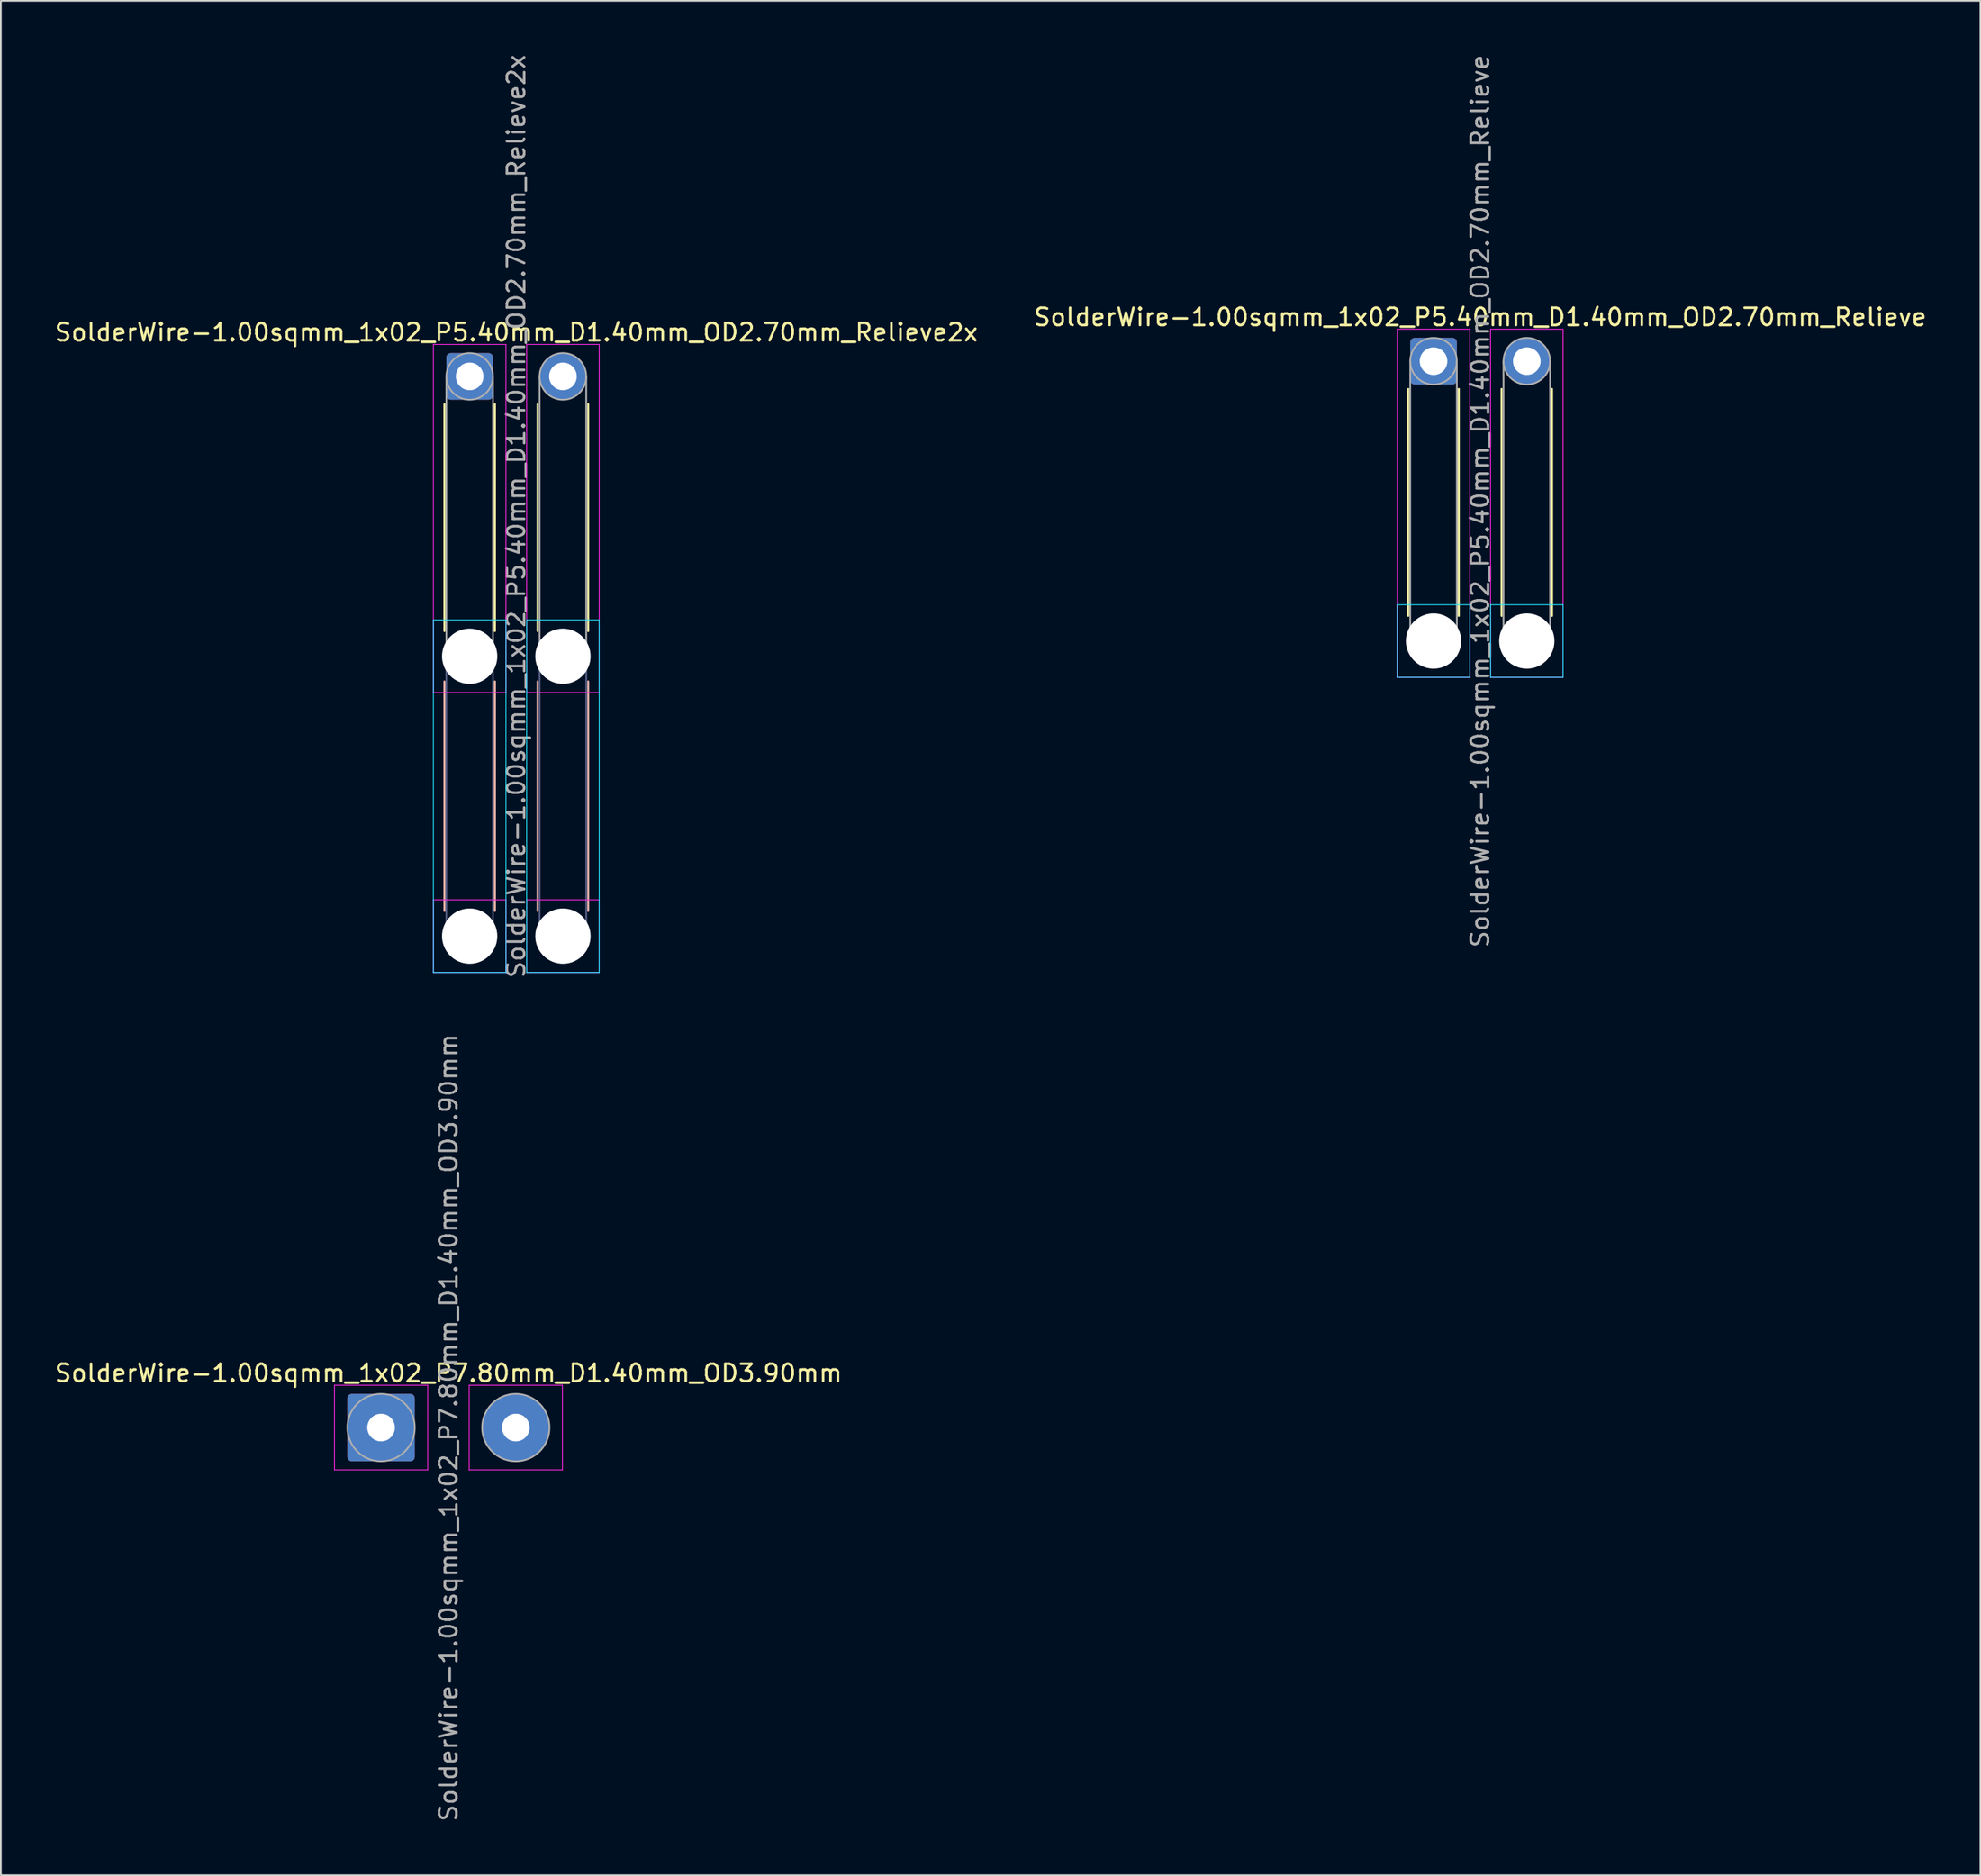
<source format=kicad_pcb>
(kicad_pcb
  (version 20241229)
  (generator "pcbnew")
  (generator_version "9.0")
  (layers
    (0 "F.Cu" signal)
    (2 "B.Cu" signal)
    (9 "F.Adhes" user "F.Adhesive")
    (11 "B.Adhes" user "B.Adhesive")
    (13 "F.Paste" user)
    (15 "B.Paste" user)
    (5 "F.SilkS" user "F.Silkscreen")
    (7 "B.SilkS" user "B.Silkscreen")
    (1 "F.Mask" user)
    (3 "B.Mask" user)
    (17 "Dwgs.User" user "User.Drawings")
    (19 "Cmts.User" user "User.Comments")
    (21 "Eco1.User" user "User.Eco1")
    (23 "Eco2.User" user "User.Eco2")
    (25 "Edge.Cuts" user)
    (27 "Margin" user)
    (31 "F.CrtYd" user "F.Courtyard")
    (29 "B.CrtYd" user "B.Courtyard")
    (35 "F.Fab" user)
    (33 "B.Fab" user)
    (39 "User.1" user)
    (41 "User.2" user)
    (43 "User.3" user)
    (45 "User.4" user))
  (footprint "SolderWire-1.00sqmm_1x02_P5.40mm_D1.40mm_OD2.70mm_Relieve"
    (layer "F.Cu")
    (at 79.937 17.858)
    (property "Reference" "SolderWire-1.00sqmm_1x02_P5.40mm_D1.40mm_OD2.70mm_Relieve" (at 2.7 -2.55 0) (layer "F.SilkS") (effects (font (size 1 1) (thickness 0.15))))
    (attr exclude_from_pos_files exclude_from_bom)
    (fp_line (start -1.46 1.61) (end -1.46 14.74) (stroke (width 0.12) (type solid)) (layer "F.SilkS"))
    (fp_line (start 1.46 1.61) (end 1.46 14.74) (stroke (width 0.12) (type solid)) (layer "F.SilkS"))
    (fp_line (start 3.94 1.61) (end 3.94 14.74) (stroke (width 0.12) (type solid)) (layer "F.SilkS"))
    (fp_line (start 6.86 1.61) (end 6.86 14.74) (stroke (width 0.12) (type solid)) (layer "F.SilkS"))
    (fp_line (start -2.1 14.1) (end -2.1 18.3) (stroke (width 0.05) (type solid)) (layer "B.CrtYd"))
    (fp_line (start -2.1 18.3) (end 2.1 18.3) (stroke (width 0.05) (type solid)) (layer "B.CrtYd"))
    (fp_line (start 2.1 14.1) (end -2.1 14.1) (stroke (width 0.05) (type solid)) (layer "B.CrtYd"))
    (fp_line (start 2.1 18.3) (end 2.1 14.1) (stroke (width 0.05) (type solid)) (layer "B.CrtYd"))
    (fp_line (start 3.3 14.1) (end 3.3 18.3) (stroke (width 0.05) (type solid)) (layer "B.CrtYd"))
    (fp_line (start 3.3 18.3) (end 7.5 18.3) (stroke (width 0.05) (type solid)) (layer "B.CrtYd"))
    (fp_line (start 7.5 14.1) (end 3.3 14.1) (stroke (width 0.05) (type solid)) (layer "B.CrtYd"))
    (fp_line (start 7.5 18.3) (end 7.5 14.1) (stroke (width 0.05) (type solid)) (layer "B.CrtYd"))
    (fp_line (start -2.1 -1.85) (end -2.1 18.3) (stroke (width 0.05) (type solid)) (layer "F.CrtYd"))
    (fp_line (start -2.1 18.3) (end 2.1 18.3) (stroke (width 0.05) (type solid)) (layer "F.CrtYd"))
    (fp_line (start 2.1 -1.85) (end -2.1 -1.85) (stroke (width 0.05) (type solid)) (layer "F.CrtYd"))
    (fp_line (start 2.1 18.3) (end 2.1 -1.85) (stroke (width 0.05) (type solid)) (layer "F.CrtYd"))
    (fp_line (start 3.3 -1.85) (end 3.3 18.3) (stroke (width 0.05) (type solid)) (layer "F.CrtYd"))
    (fp_line (start 3.3 18.3) (end 7.5 18.3) (stroke (width 0.05) (type solid)) (layer "F.CrtYd"))
    (fp_line (start 7.5 -1.85) (end 3.3 -1.85) (stroke (width 0.05) (type solid)) (layer "F.CrtYd"))
    (fp_line (start 7.5 18.3) (end 7.5 -1.85) (stroke (width 0.05) (type solid)) (layer "F.CrtYd"))
    (fp_line (start -1.35 0) (end -1.35 16.2) (stroke (width 0.1) (type solid)) (layer "F.Fab"))
    (fp_line (start 1.35 0) (end 1.35 16.2) (stroke (width 0.1) (type solid)) (layer "F.Fab"))
    (fp_line (start 4.05 0) (end 4.05 16.2) (stroke (width 0.1) (type solid)) (layer "F.Fab"))
    (fp_line (start 6.75 0) (end 6.75 16.2) (stroke (width 0.1) (type solid)) (layer "F.Fab"))
    (fp_circle (center 0 0) (end 1.35 0) (stroke (width 0.1) (type solid)) (fill no) (layer "F.Fab"))
    (fp_circle (center 0 16.2) (end 1.35 16.2) (stroke (width 0.1) (type solid)) (fill no) (layer "F.Fab"))
    (fp_circle (center 5.4 0) (end 6.75 0) (stroke (width 0.1) (type solid)) (fill no) (layer "F.Fab"))
    (fp_circle (center 5.4 16.2) (end 6.75 16.2) (stroke (width 0.1) (type solid)) (fill no) (layer "F.Fab"))
    (fp_text user "${REFERENCE}" (at 2.7 8.1 90) (layer "F.Fab") (effects (font (size 1 1) (thickness 0.15))))
    (pad "" np_thru_hole circle (at 0 16.2) (size 3.2 3.2) (drill 3.2) (layers "*.Cu" "*.Mask"))
    (pad "" np_thru_hole circle (at 5.4 16.2) (size 3.2 3.2) (drill 3.2) (layers "*.Cu" "*.Mask"))
    (pad "1" thru_hole roundrect (at 0 0) (size 2.7 2.7) (drill 1.6) (layers "*.Cu" "*.Mask") (roundrect_rratio 0.093))
    (pad "2" thru_hole circle (at 5.4 0) (size 2.7 2.7) (drill 1.6) (layers "*.Cu" "*.Mask")))
  (footprint "SolderWire-1.00sqmm_1x02_P5.40mm_D1.40mm_OD2.70mm_Relieve2x"
    (layer "F.Cu")
    (at 24.139 18.739)
    (property "Reference" "SolderWire-1.00sqmm_1x02_P5.40mm_D1.40mm_OD2.70mm_Relieve2x" (at 2.7 -2.55 0) (layer "F.SilkS") (effects (font (size 1 1) (thickness 0.15))))
    (attr exclude_from_pos_files exclude_from_bom)
    (fp_line (start -1.46 1.61) (end -1.46 14.74) (stroke (width 0.12) (type solid)) (layer "F.SilkS"))
    (fp_line (start 1.46 1.61) (end 1.46 14.74) (stroke (width 0.12) (type solid)) (layer "F.SilkS"))
    (fp_line (start 3.94 1.61) (end 3.94 14.74) (stroke (width 0.12) (type solid)) (layer "F.SilkS"))
    (fp_line (start 6.86 1.61) (end 6.86 14.74) (stroke (width 0.12) (type solid)) (layer "F.SilkS"))
    (fp_line (start -1.46 17.66) (end -1.46 30.94) (stroke (width 0.12) (type solid)) (layer "B.SilkS"))
    (fp_line (start 1.46 17.66) (end 1.46 30.94) (stroke (width 0.12) (type solid)) (layer "B.SilkS"))
    (fp_line (start 3.94 17.66) (end 3.94 30.94) (stroke (width 0.12) (type solid)) (layer "B.SilkS"))
    (fp_line (start 6.86 17.66) (end 6.86 30.94) (stroke (width 0.12) (type solid)) (layer "B.SilkS"))
    (fp_line (start -2.1 14.1) (end -2.1 34.5) (stroke (width 0.05) (type solid)) (layer "B.CrtYd"))
    (fp_line (start -2.1 34.5) (end 2.1 34.5) (stroke (width 0.05) (type solid)) (layer "B.CrtYd"))
    (fp_line (start 2.1 14.1) (end -2.1 14.1) (stroke (width 0.05) (type solid)) (layer "B.CrtYd"))
    (fp_line (start 2.1 34.5) (end 2.1 14.1) (stroke (width 0.05) (type solid)) (layer "B.CrtYd"))
    (fp_line (start 3.3 14.1) (end 3.3 34.5) (stroke (width 0.05) (type solid)) (layer "B.CrtYd"))
    (fp_line (start 3.3 34.5) (end 7.5 34.5) (stroke (width 0.05) (type solid)) (layer "B.CrtYd"))
    (fp_line (start 7.5 14.1) (end 3.3 14.1) (stroke (width 0.05) (type solid)) (layer "B.CrtYd"))
    (fp_line (start 7.5 34.5) (end 7.5 14.1) (stroke (width 0.05) (type solid)) (layer "B.CrtYd"))
    (fp_line (start -2.1 -1.85) (end -2.1 18.3) (stroke (width 0.05) (type solid)) (layer "F.CrtYd"))
    (fp_line (start -2.1 18.3) (end 2.1 18.3) (stroke (width 0.05) (type solid)) (layer "F.CrtYd"))
    (fp_line (start -2.1 30.3) (end -2.1 34.5) (stroke (width 0.05) (type solid)) (layer "F.CrtYd"))
    (fp_line (start -2.1 34.5) (end 2.1 34.5) (stroke (width 0.05) (type solid)) (layer "F.CrtYd"))
    (fp_line (start 2.1 -1.85) (end -2.1 -1.85) (stroke (width 0.05) (type solid)) (layer "F.CrtYd"))
    (fp_line (start 2.1 18.3) (end 2.1 -1.85) (stroke (width 0.05) (type solid)) (layer "F.CrtYd"))
    (fp_line (start 2.1 30.3) (end -2.1 30.3) (stroke (width 0.05) (type solid)) (layer "F.CrtYd"))
    (fp_line (start 2.1 34.5) (end 2.1 30.3) (stroke (width 0.05) (type solid)) (layer "F.CrtYd"))
    (fp_line (start 3.3 -1.85) (end 3.3 18.3) (stroke (width 0.05) (type solid)) (layer "F.CrtYd"))
    (fp_line (start 3.3 18.3) (end 7.5 18.3) (stroke (width 0.05) (type solid)) (layer "F.CrtYd"))
    (fp_line (start 3.3 30.3) (end 3.3 34.5) (stroke (width 0.05) (type solid)) (layer "F.CrtYd"))
    (fp_line (start 3.3 34.5) (end 7.5 34.5) (stroke (width 0.05) (type solid)) (layer "F.CrtYd"))
    (fp_line (start 7.5 -1.85) (end 3.3 -1.85) (stroke (width 0.05) (type solid)) (layer "F.CrtYd"))
    (fp_line (start 7.5 18.3) (end 7.5 -1.85) (stroke (width 0.05) (type solid)) (layer "F.CrtYd"))
    (fp_line (start 7.5 30.3) (end 3.3 30.3) (stroke (width 0.05) (type solid)) (layer "F.CrtYd"))
    (fp_line (start 7.5 34.5) (end 7.5 30.3) (stroke (width 0.05) (type solid)) (layer "F.CrtYd"))
    (fp_line (start -1.35 16.2) (end -1.35 32.4) (stroke (width 0.1) (type solid)) (layer "B.Fab"))
    (fp_line (start 1.35 16.2) (end 1.35 32.4) (stroke (width 0.1) (type solid)) (layer "B.Fab"))
    (fp_line (start 4.05 16.2) (end 4.05 32.4) (stroke (width 0.1) (type solid)) (layer "B.Fab"))
    (fp_line (start 6.75 16.2) (end 6.75 32.4) (stroke (width 0.1) (type solid)) (layer "B.Fab"))
    (fp_circle (center 0 16.2) (end 1.35 16.2) (stroke (width 0.1) (type solid)) (fill no) (layer "B.Fab"))
    (fp_circle (center 0 32.4) (end 1.35 32.4) (stroke (width 0.1) (type solid)) (fill no) (layer "B.Fab"))
    (fp_circle (center 5.4 16.2) (end 6.75 16.2) (stroke (width 0.1) (type solid)) (fill no) (layer "B.Fab"))
    (fp_circle (center 5.4 32.4) (end 6.75 32.4) (stroke (width 0.1) (type solid)) (fill no) (layer "B.Fab"))
    (fp_line (start -1.35 0) (end -1.35 16.2) (stroke (width 0.1) (type solid)) (layer "F.Fab"))
    (fp_line (start 1.35 0) (end 1.35 16.2) (stroke (width 0.1) (type solid)) (layer "F.Fab"))
    (fp_line (start 4.05 0) (end 4.05 16.2) (stroke (width 0.1) (type solid)) (layer "F.Fab"))
    (fp_line (start 6.75 0) (end 6.75 16.2) (stroke (width 0.1) (type solid)) (layer "F.Fab"))
    (fp_circle (center 0 0) (end 1.35 0) (stroke (width 0.1) (type solid)) (fill no) (layer "F.Fab"))
    (fp_circle (center 0 16.2) (end 1.35 16.2) (stroke (width 0.1) (type solid)) (fill no) (layer "F.Fab"))
    (fp_circle (center 0 32.4) (end 1.35 32.4) (stroke (width 0.1) (type solid)) (fill no) (layer "F.Fab"))
    (fp_circle (center 5.4 0) (end 6.75 0) (stroke (width 0.1) (type solid)) (fill no) (layer "F.Fab"))
    (fp_circle (center 5.4 16.2) (end 6.75 16.2) (stroke (width 0.1) (type solid)) (fill no) (layer "F.Fab"))
    (fp_circle (center 5.4 32.4) (end 6.75 32.4) (stroke (width 0.1) (type solid)) (fill no) (layer "F.Fab"))
    (fp_text user "${REFERENCE}" (at 2.7 8.1 90) (layer "F.Fab") (effects (font (size 1 1) (thickness 0.15))))
    (pad "" np_thru_hole circle (at 0 16.2) (size 3.2 3.2) (drill 3.2) (layers "*.Cu" "*.Mask"))
    (pad "" np_thru_hole circle (at 0 32.4) (size 3.2 3.2) (drill 3.2) (layers "*.Cu" "*.Mask"))
    (pad "" np_thru_hole circle (at 5.4 16.2) (size 3.2 3.2) (drill 3.2) (layers "*.Cu" "*.Mask"))
    (pad "" np_thru_hole circle (at 5.4 32.4) (size 3.2 3.2) (drill 3.2) (layers "*.Cu" "*.Mask"))
    (pad "1" thru_hole roundrect (at 0 0) (size 2.7 2.7) (drill 1.6) (layers "*.Cu" "*.Mask") (roundrect_rratio 0.093))
    (pad "2" thru_hole circle (at 5.4 0) (size 2.7 2.7) (drill 1.6) (layers "*.Cu" "*.Mask")))
  (footprint "SolderWire-1.00sqmm_1x02_P7.80mm_D1.40mm_OD3.90mm"
    (layer "F.Cu")
    (at 19.011 79.589)
    (property "Reference" "SolderWire-1.00sqmm_1x02_P7.80mm_D1.40mm_OD3.90mm" (at 3.9 -3.15 0) (layer "F.SilkS") (effects (font (size 1 1) (thickness 0.15))))
    (attr exclude_from_pos_files exclude_from_bom)
    (fp_line (start -2.7 -2.45) (end -2.7 2.45) (stroke (width 0.05) (type solid)) (layer "F.CrtYd"))
    (fp_line (start -2.7 2.45) (end 2.7 2.45) (stroke (width 0.05) (type solid)) (layer "F.CrtYd"))
    (fp_line (start 2.7 -2.45) (end -2.7 -2.45) (stroke (width 0.05) (type solid)) (layer "F.CrtYd"))
    (fp_line (start 2.7 2.45) (end 2.7 -2.45) (stroke (width 0.05) (type solid)) (layer "F.CrtYd"))
    (fp_line (start 5.1 -2.45) (end 5.1 2.45) (stroke (width 0.05) (type solid)) (layer "F.CrtYd"))
    (fp_line (start 5.1 2.45) (end 10.5 2.45) (stroke (width 0.05) (type solid)) (layer "F.CrtYd"))
    (fp_line (start 10.5 -2.45) (end 5.1 -2.45) (stroke (width 0.05) (type solid)) (layer "F.CrtYd"))
    (fp_line (start 10.5 2.45) (end 10.5 -2.45) (stroke (width 0.05) (type solid)) (layer "F.CrtYd"))
    (fp_circle (center 0 0) (end 1.95 0) (stroke (width 0.1) (type solid)) (fill no) (layer "F.Fab"))
    (fp_circle (center 7.8 0) (end 9.75 0) (stroke (width 0.1) (type solid)) (fill no) (layer "F.Fab"))
    (fp_text user "${REFERENCE}" (at 3.9 0 90) (layer "F.Fab") (effects (font (size 1 1) (thickness 0.15))))
    (pad "1" thru_hole roundrect (at 0 0) (size 3.9 3.9) (drill 1.6) (layers "*.Cu" "*.Mask") (roundrect_rratio 0.064))
    (pad "2" thru_hole circle (at 7.8 0) (size 3.9 3.9) (drill 1.6) (layers "*.Cu" "*.Mask")))
  (gr_rect
    (start -3 -3)
    (end 111.595 105.5)
    (stroke (width 0.1) (type default))
    (fill no)
    (layer "Edge.Cuts")))
</source>
